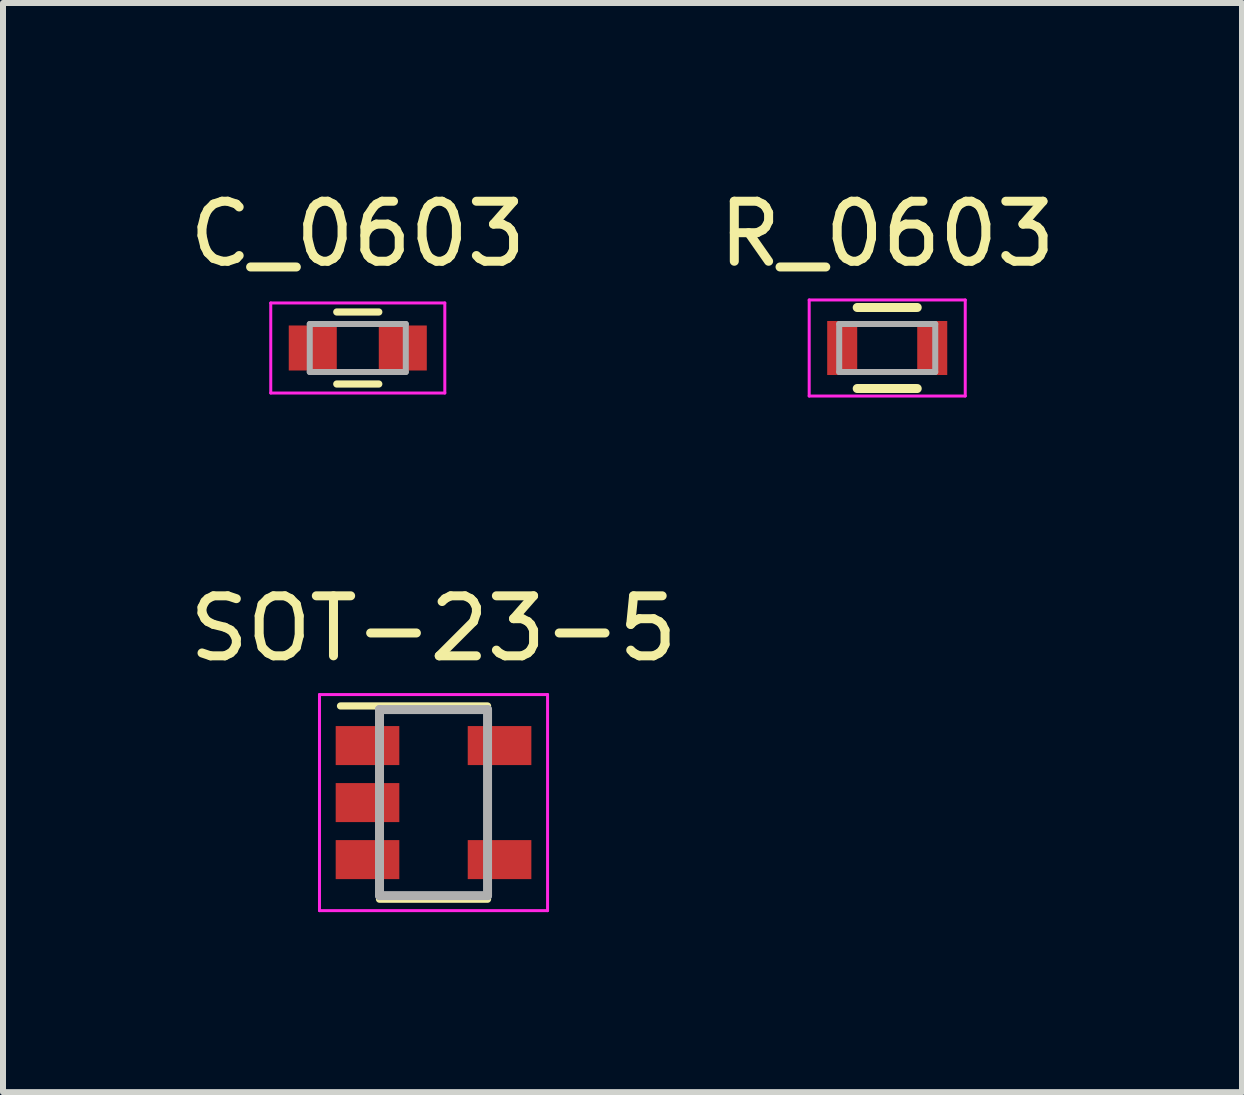
<source format=kicad_pcb>
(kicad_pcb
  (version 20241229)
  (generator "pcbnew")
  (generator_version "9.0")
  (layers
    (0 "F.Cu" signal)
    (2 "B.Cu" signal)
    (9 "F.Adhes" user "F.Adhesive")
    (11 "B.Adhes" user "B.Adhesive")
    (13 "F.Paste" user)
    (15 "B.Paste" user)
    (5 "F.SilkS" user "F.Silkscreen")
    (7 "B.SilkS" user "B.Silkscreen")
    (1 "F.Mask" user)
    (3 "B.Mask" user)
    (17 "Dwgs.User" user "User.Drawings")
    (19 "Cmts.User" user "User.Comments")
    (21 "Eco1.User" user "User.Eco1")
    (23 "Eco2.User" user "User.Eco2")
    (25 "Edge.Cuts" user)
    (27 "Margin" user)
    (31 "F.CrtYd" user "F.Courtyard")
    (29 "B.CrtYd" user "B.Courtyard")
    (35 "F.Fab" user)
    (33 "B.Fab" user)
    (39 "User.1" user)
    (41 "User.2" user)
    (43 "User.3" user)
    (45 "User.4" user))
  (footprint "R_0603"
    (layer "F.Cu")
    (at 11.732 2.748)
    (property "Reference" "R_0603" (at 0 -1.9 0) (layer "F.SilkS") (effects (font (size 1 1) (thickness 0.15))))
    (attr smd)
    (fp_line (start -0.5 -0.675) (end 0.5 -0.675) (stroke (width 0.15) (type solid)) (layer "F.SilkS"))
    (fp_line (start 0.5 0.675) (end -0.5 0.675) (stroke (width 0.15) (type solid)) (layer "F.SilkS"))
    (fp_line (start -1.3 -0.8) (end -1.3 0.8) (stroke (width 0.05) (type solid)) (layer "F.CrtYd"))
    (fp_line (start -1.3 -0.8) (end 1.3 -0.8) (stroke (width 0.05) (type solid)) (layer "F.CrtYd"))
    (fp_line (start -1.3 0.8) (end 1.3 0.8) (stroke (width 0.05) (type solid)) (layer "F.CrtYd"))
    (fp_line (start 1.3 -0.8) (end 1.3 0.8) (stroke (width 0.05) (type solid)) (layer "F.CrtYd"))
    (fp_line (start -0.8 -0.4) (end 0.8 -0.4) (stroke (width 0.1) (type solid)) (layer "F.Fab"))
    (fp_line (start -0.8 0.4) (end -0.8 -0.4) (stroke (width 0.1) (type solid)) (layer "F.Fab"))
    (fp_line (start 0.8 -0.4) (end 0.8 0.4) (stroke (width 0.1) (type solid)) (layer "F.Fab"))
    (fp_line (start 0.8 0.4) (end -0.8 0.4) (stroke (width 0.1) (type solid)) (layer "F.Fab"))
    (pad "1" smd rect (at -0.75 0) (size 0.5 0.9) (layers "F.Cu" "F.Mask" "F.Paste"))
    (pad "2" smd rect (at 0.75 0) (size 0.5 0.9) (layers "F.Cu" "F.Mask" "F.Paste")))
  (footprint "SOT-23-5"
    (layer "F.Cu")
    (at 4.173 10.322)
    (property "Reference" "SOT-23-5" (at 0 -2.9 0) (layer "F.SilkS") (effects (font (size 1 1) (thickness 0.15))))
    (attr smd)
    (fp_line (start -0.9 1.61) (end 0.9 1.61) (stroke (width 0.12) (type solid)) (layer "F.SilkS"))
    (fp_line (start 0.9 -1.61) (end -1.55 -1.61) (stroke (width 0.12) (type solid)) (layer "F.SilkS"))
    (fp_line (start -1.9 -1.8) (end 1.9 -1.8) (stroke (width 0.05) (type solid)) (layer "F.CrtYd"))
    (fp_line (start -1.9 1.8) (end -1.9 -1.8) (stroke (width 0.05) (type solid)) (layer "F.CrtYd"))
    (fp_line (start 1.9 -1.8) (end 1.9 1.8) (stroke (width 0.05) (type solid)) (layer "F.CrtYd"))
    (fp_line (start 1.9 1.8) (end -1.9 1.8) (stroke (width 0.05) (type solid)) (layer "F.CrtYd"))
    (fp_line (start -0.9 -1.55) (end -0.9 1.55) (stroke (width 0.15) (type solid)) (layer "F.Fab"))
    (fp_line (start 0.9 -1.55) (end -0.9 -1.55) (stroke (width 0.15) (type solid)) (layer "F.Fab"))
    (fp_line (start 0.9 -1.55) (end 0.9 1.55) (stroke (width 0.15) (type solid)) (layer "F.Fab"))
    (fp_line (start 0.9 1.55) (end -0.9 1.55) (stroke (width 0.15) (type solid)) (layer "F.Fab"))
    (pad "1" smd rect (at -1.1 -0.95) (size 1.06 0.65) (layers "F.Cu" "F.Mask" "F.Paste"))
    (pad "2" smd rect (at -1.1 0) (size 1.06 0.65) (layers "F.Cu" "F.Mask" "F.Paste"))
    (pad "3" smd rect (at -1.1 0.95) (size 1.06 0.65) (layers "F.Cu" "F.Mask" "F.Paste"))
    (pad "4" smd rect (at 1.1 0.95) (size 1.06 0.65) (layers "F.Cu" "F.Mask" "F.Paste"))
    (pad "5" smd rect (at 1.1 -0.95) (size 1.06 0.65) (layers "F.Cu" "F.Mask" "F.Paste")))
  (footprint "C_0603"
    (layer "F.Cu")
    (at 2.911 2.748)
    (property "Reference" "C_0603" (at 0 -1.9 0) (layer "F.SilkS") (effects (font (size 1 1) (thickness 0.15))))
    (attr smd)
    (fp_line (start -0.35 -0.6) (end 0.35 -0.6) (stroke (width 0.12) (type solid)) (layer "F.SilkS"))
    (fp_line (start 0.35 0.6) (end -0.35 0.6) (stroke (width 0.12) (type solid)) (layer "F.SilkS"))
    (fp_line (start -1.45 -0.75) (end -1.45 0.75) (stroke (width 0.05) (type solid)) (layer "F.CrtYd"))
    (fp_line (start -1.45 -0.75) (end 1.45 -0.75) (stroke (width 0.05) (type solid)) (layer "F.CrtYd"))
    (fp_line (start -1.45 0.75) (end 1.45 0.75) (stroke (width 0.05) (type solid)) (layer "F.CrtYd"))
    (fp_line (start 1.45 -0.75) (end 1.45 0.75) (stroke (width 0.05) (type solid)) (layer "F.CrtYd"))
    (fp_line (start -0.8 -0.4) (end 0.8 -0.4) (stroke (width 0.1) (type solid)) (layer "F.Fab"))
    (fp_line (start -0.8 0.4) (end -0.8 -0.4) (stroke (width 0.1) (type solid)) (layer "F.Fab"))
    (fp_line (start 0.8 -0.4) (end 0.8 0.4) (stroke (width 0.1) (type solid)) (layer "F.Fab"))
    (fp_line (start 0.8 0.4) (end -0.8 0.4) (stroke (width 0.1) (type solid)) (layer "F.Fab"))
    (pad "1" smd rect (at -0.75 0) (size 0.8 0.75) (layers "F.Cu" "F.Mask" "F.Paste"))
    (pad "2" smd rect (at 0.75 0) (size 0.8 0.75) (layers "F.Cu" "F.Mask" "F.Paste")))
  (gr_rect
    (start -3 -3)
    (end 17.643 15.146)
    (stroke (width 0.1) (type default))
    (fill no)
    (layer "Edge.Cuts")))
</source>
